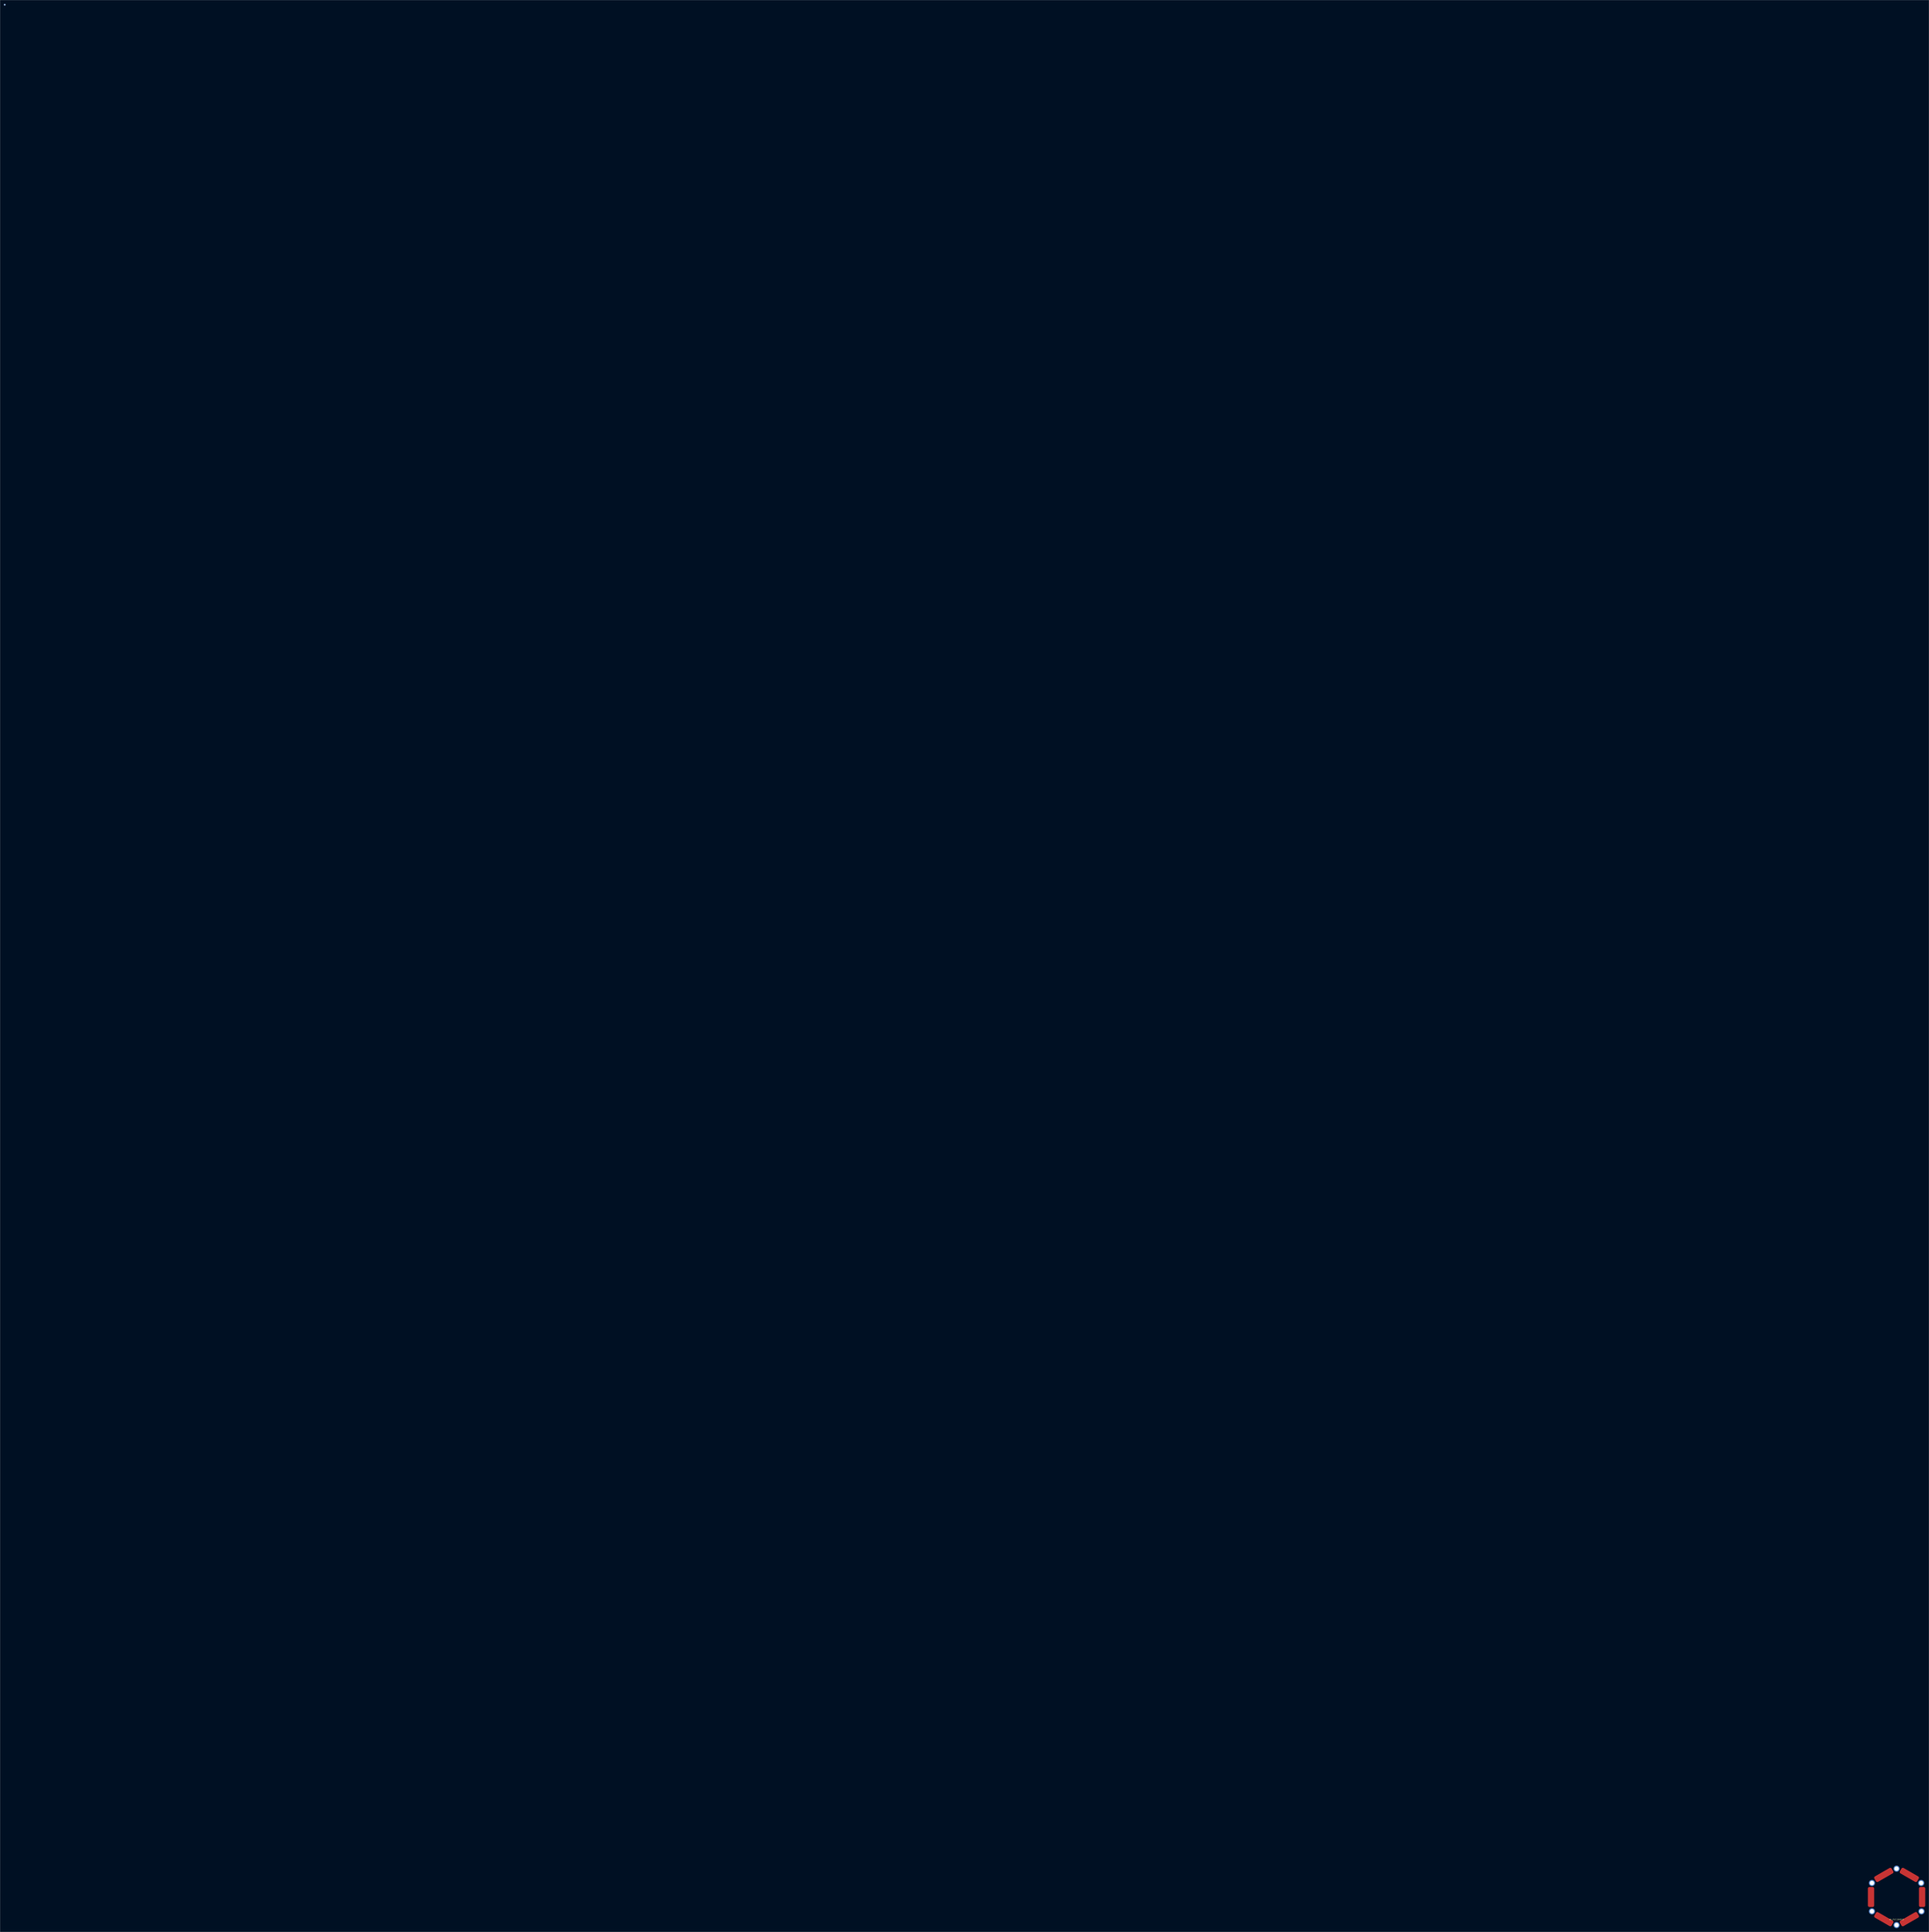
<source format=kicad_pcb>
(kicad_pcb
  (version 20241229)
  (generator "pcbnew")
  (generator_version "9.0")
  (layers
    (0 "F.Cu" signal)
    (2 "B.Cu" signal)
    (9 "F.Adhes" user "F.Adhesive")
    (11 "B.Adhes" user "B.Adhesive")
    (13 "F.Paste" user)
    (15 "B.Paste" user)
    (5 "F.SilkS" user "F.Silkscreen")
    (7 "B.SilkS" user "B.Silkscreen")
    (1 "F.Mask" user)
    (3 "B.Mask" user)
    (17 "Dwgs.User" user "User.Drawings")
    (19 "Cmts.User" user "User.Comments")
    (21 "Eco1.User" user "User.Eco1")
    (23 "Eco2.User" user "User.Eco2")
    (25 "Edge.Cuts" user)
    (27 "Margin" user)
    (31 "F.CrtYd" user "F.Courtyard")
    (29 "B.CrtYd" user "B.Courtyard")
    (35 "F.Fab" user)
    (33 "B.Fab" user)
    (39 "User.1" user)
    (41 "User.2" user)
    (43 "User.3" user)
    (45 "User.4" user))
  (footprint "WL_FILT_SHIELD"
    (layer "F.Cu")
    (at 1519.248 1519.248)
    (property "Reference" "WL_FILT_SHIELD" (at 0 18 0) (layer "F.SilkS") (effects (font (size 1 1) (thickness 0.15))))
    (attr through_hole)
    (pad "1" thru_hole circle (at -1518.486 -1518.486) (size 1.524 1.524) (drill 0.762) (layers "*.Cu" "*.Mask"))
    (pad "1" smd roundrect (at -20.5 0) (size 5 16) (layers "F.Cu" "F.Mask") (roundrect_rratio 0.25))
    (pad "1" thru_hole circle (at -19.75 -11.25) (size 5 5) (drill 3.5) (layers "*.Cu" "*.Mask"))
    (pad "1" thru_hole circle (at -19.75 11.5) (size 5 5) (drill 3.5) (layers "*.Cu" "*.Mask"))
    (pad "1" smd roundrect (at -10.25 -17.75 120) (size 5 16) (layers "F.Cu" "F.Mask") (roundrect_rratio 0.25))
    (pad "1" smd roundrect (at -10.25 17.75 240) (size 5 16) (layers "F.Cu" "F.Mask") (roundrect_rratio 0.25))
    (pad "1" thru_hole circle (at 0 -22.75) (size 5 5) (drill 3.5) (layers "*.Cu" "*.Mask"))
    (pad "1" thru_hole circle (at 0 22.5) (size 5 5) (drill 3.5) (layers "*.Cu" "*.Mask"))
    (pad "1" smd roundrect (at 10.25 -17.75 60) (size 5 16) (layers "F.Cu" "F.Mask") (roundrect_rratio 0.25))
    (pad "1" smd roundrect (at 10.25 17.75 120) (size 5 16) (layers "F.Cu" "F.Mask") (roundrect_rratio 0.25))
    (pad "1" thru_hole circle (at 19.75 -11.25) (size 5 5) (drill 3.5) (layers "*.Cu" "*.Mask"))
    (pad "1" thru_hole circle (at 20 11.5) (size 5 5) (drill 3.5) (layers "*.Cu" "*.Mask"))
    (pad "1" smd roundrect (at 20.5 0 180) (size 5 16) (layers "F.Cu" "F.Mask") (roundrect_rratio 0.25)))
  (gr_rect
    (start -3 -3)
    (end 1545.248 1547.248)
    (stroke (width 0.1) (type default))
    (fill no)
    (layer "Edge.Cuts")))
</source>
